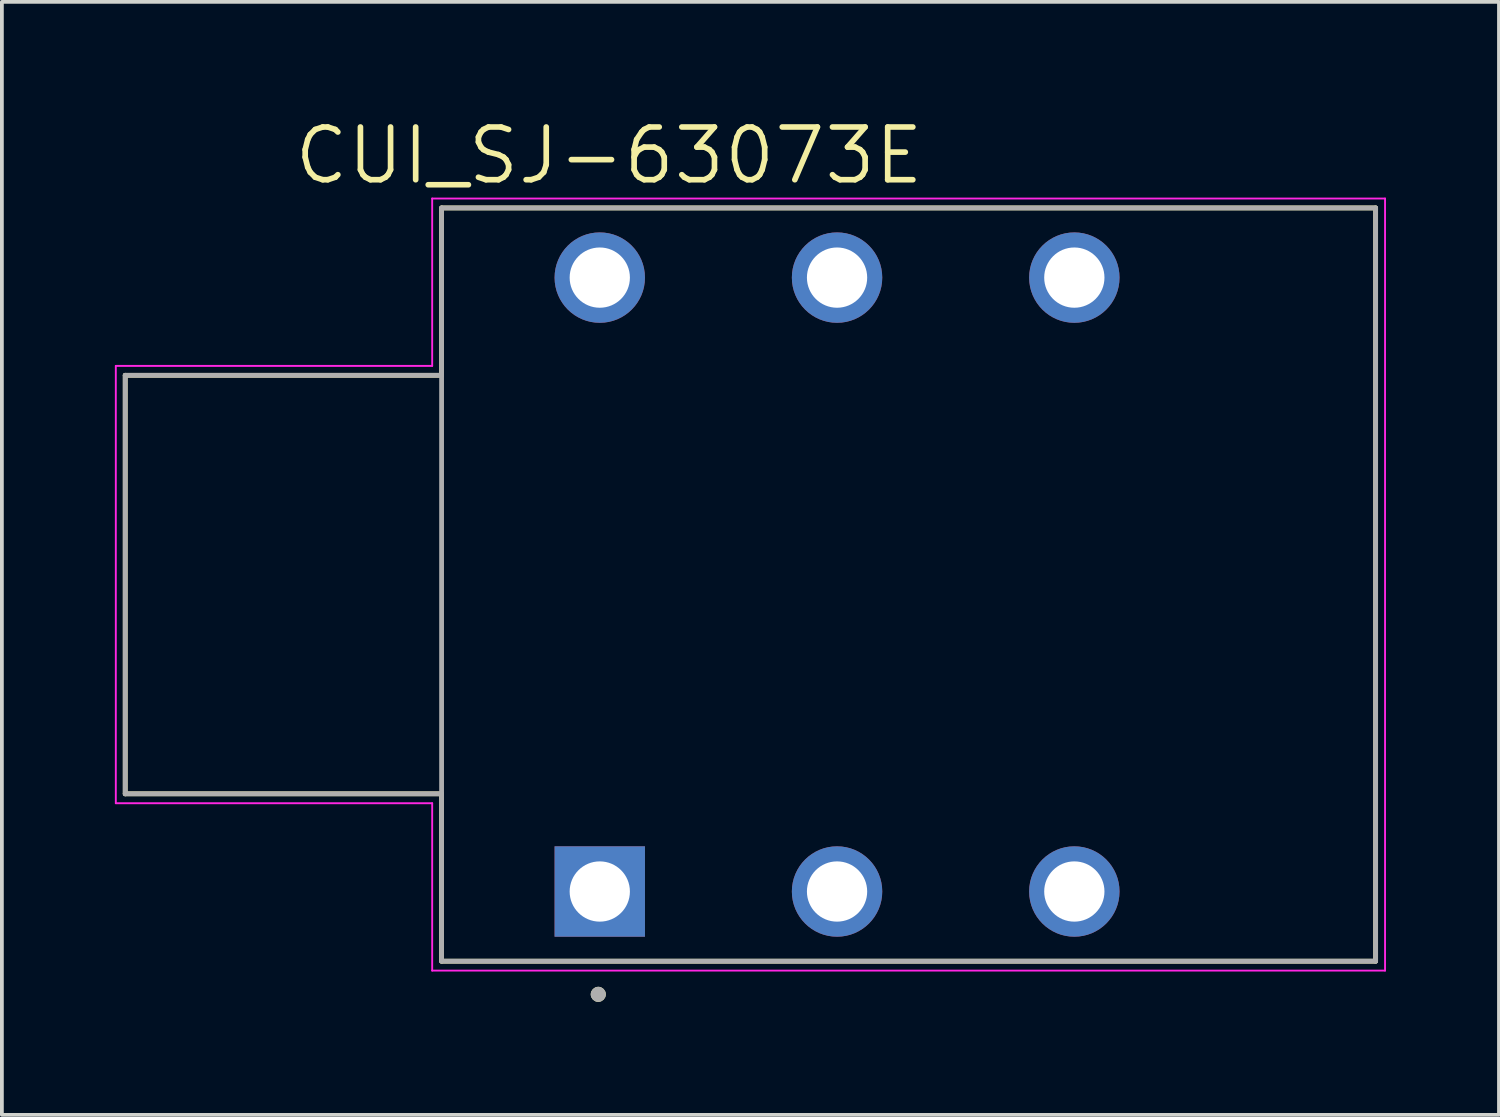
<source format=kicad_pcb>
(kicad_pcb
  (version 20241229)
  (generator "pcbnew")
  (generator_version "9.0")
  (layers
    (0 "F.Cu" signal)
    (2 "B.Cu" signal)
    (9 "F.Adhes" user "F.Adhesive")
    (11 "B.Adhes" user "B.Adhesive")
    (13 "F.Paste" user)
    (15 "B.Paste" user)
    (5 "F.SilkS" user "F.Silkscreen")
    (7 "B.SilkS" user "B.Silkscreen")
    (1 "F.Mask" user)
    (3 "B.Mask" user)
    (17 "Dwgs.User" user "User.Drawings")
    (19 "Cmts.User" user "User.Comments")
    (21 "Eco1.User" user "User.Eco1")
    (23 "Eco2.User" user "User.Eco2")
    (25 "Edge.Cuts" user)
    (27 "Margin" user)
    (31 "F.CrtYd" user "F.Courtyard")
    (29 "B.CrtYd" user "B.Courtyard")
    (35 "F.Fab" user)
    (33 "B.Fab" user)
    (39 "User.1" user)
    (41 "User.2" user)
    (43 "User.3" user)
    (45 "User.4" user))
  (footprint "CUI_SJ-63073E"
    (layer "F.Cu")
    (at 12.875 12.471)
    (property "Reference" "CUI_SJ-63073E" (at 0.245 -11.389 0) (layer "F.SilkS") (effects (font (size 1.4 1.4) (thickness 0.15))))
    (attr through_hole)
    (fp_line (start -12.6 -5.556) (end -12.6 5.556) (stroke (width 0.127) (type solid)) (layer "F.SilkS"))
    (fp_line (start -12.6 5.556) (end -4.2 5.556) (stroke (width 0.127) (type solid)) (layer "F.SilkS"))
    (fp_line (start -4.2 -10) (end -4.2 -5.556) (stroke (width 0.127) (type solid)) (layer "F.SilkS"))
    (fp_line (start -4.2 -5.556) (end -12.6 -5.556) (stroke (width 0.127) (type solid)) (layer "F.SilkS"))
    (fp_line (start -4.2 5.556) (end -4.2 10) (stroke (width 0.127) (type solid)) (layer "F.SilkS"))
    (fp_line (start -4.2 10) (end 20.6 10) (stroke (width 0.127) (type solid)) (layer "F.SilkS"))
    (fp_line (start 20.6 -10) (end -4.2 -10) (stroke (width 0.127) (type solid)) (layer "F.SilkS"))
    (fp_line (start 20.6 10) (end 20.6 -10) (stroke (width 0.127) (type solid)) (layer "F.SilkS"))
    (fp_circle (center -0.04 10.88) (end 0.06 10.88) (stroke (width 0.2) (type solid)) (fill no) (layer "F.SilkS"))
    (fp_line (start -12.85 -5.806) (end -12.85 5.806) (stroke (width 0.05) (type solid)) (layer "F.CrtYd"))
    (fp_line (start -12.85 5.806) (end -4.45 5.806) (stroke (width 0.05) (type solid)) (layer "F.CrtYd"))
    (fp_line (start -4.45 -10.25) (end -4.45 -5.806) (stroke (width 0.05) (type solid)) (layer "F.CrtYd"))
    (fp_line (start -4.45 -5.806) (end -12.85 -5.806) (stroke (width 0.05) (type solid)) (layer "F.CrtYd"))
    (fp_line (start -4.45 5.806) (end -4.45 10.25) (stroke (width 0.05) (type solid)) (layer "F.CrtYd"))
    (fp_line (start -4.45 10.25) (end 20.85 10.25) (stroke (width 0.05) (type solid)) (layer "F.CrtYd"))
    (fp_line (start 20.85 -10.25) (end -4.45 -10.25) (stroke (width 0.05) (type solid)) (layer "F.CrtYd"))
    (fp_line (start 20.85 10.25) (end 20.85 -10.25) (stroke (width 0.05) (type solid)) (layer "F.CrtYd"))
    (fp_line (start -12.6 -5.556) (end -12.6 5.556) (stroke (width 0.127) (type solid)) (layer "F.Fab"))
    (fp_line (start -12.6 5.556) (end -4.2 5.556) (stroke (width 0.127) (type solid)) (layer "F.Fab"))
    (fp_line (start -4.2 -10) (end -4.2 -5.6) (stroke (width 0.127) (type solid)) (layer "F.Fab"))
    (fp_line (start -4.2 -5.6) (end -4.2 -5.556) (stroke (width 0.127) (type solid)) (layer "F.Fab"))
    (fp_line (start -4.2 -5.556) (end -12.6 -5.556) (stroke (width 0.127) (type solid)) (layer "F.Fab"))
    (fp_line (start -4.2 -5.556) (end -4.2 5.556) (stroke (width 0.127) (type solid)) (layer "F.Fab"))
    (fp_line (start -4.2 5.556) (end -4.2 5.6) (stroke (width 0.127) (type solid)) (layer "F.Fab"))
    (fp_line (start -4.2 5.6) (end -4.2 10) (stroke (width 0.127) (type solid)) (layer "F.Fab"))
    (fp_line (start -4.2 10) (end 20.6 10) (stroke (width 0.127) (type solid)) (layer "F.Fab"))
    (fp_line (start 20.6 -10) (end -4.2 -10) (stroke (width 0.127) (type solid)) (layer "F.Fab"))
    (fp_line (start 20.6 10) (end 20.6 -10) (stroke (width 0.127) (type solid)) (layer "F.Fab"))
    (fp_circle (center -0.04 10.88) (end 0.06 10.88) (stroke (width 0.2) (type solid)) (fill no) (layer "F.Fab"))
    (pad "1" thru_hole rect (at 0 8.15) (size 2.4 2.4) (drill 1.6) (layers "*.Cu" "*.Mask"))
    (pad "2" thru_hole circle (at 12.6 8.15) (size 2.4 2.4) (drill 1.6) (layers "*.Cu" "*.Mask"))
    (pad "3" thru_hole circle (at 6.3 8.15) (size 2.4 2.4) (drill 1.6) (layers "*.Cu" "*.Mask"))
    (pad "4" thru_hole circle (at 0 -8.15) (size 2.4 2.4) (drill 1.6) (layers "*.Cu" "*.Mask"))
    (pad "5" thru_hole circle (at 12.6 -8.15) (size 2.4 2.4) (drill 1.6) (layers "*.Cu" "*.Mask"))
    (pad "6" thru_hole circle (at 6.3 -8.15) (size 2.4 2.4) (drill 1.6) (layers "*.Cu" "*.Mask")))
  (gr_rect
    (start -3 -3)
    (end 36.75 26.551)
    (stroke (width 0.1) (type default))
    (fill no)
    (layer "Edge.Cuts")))
</source>
